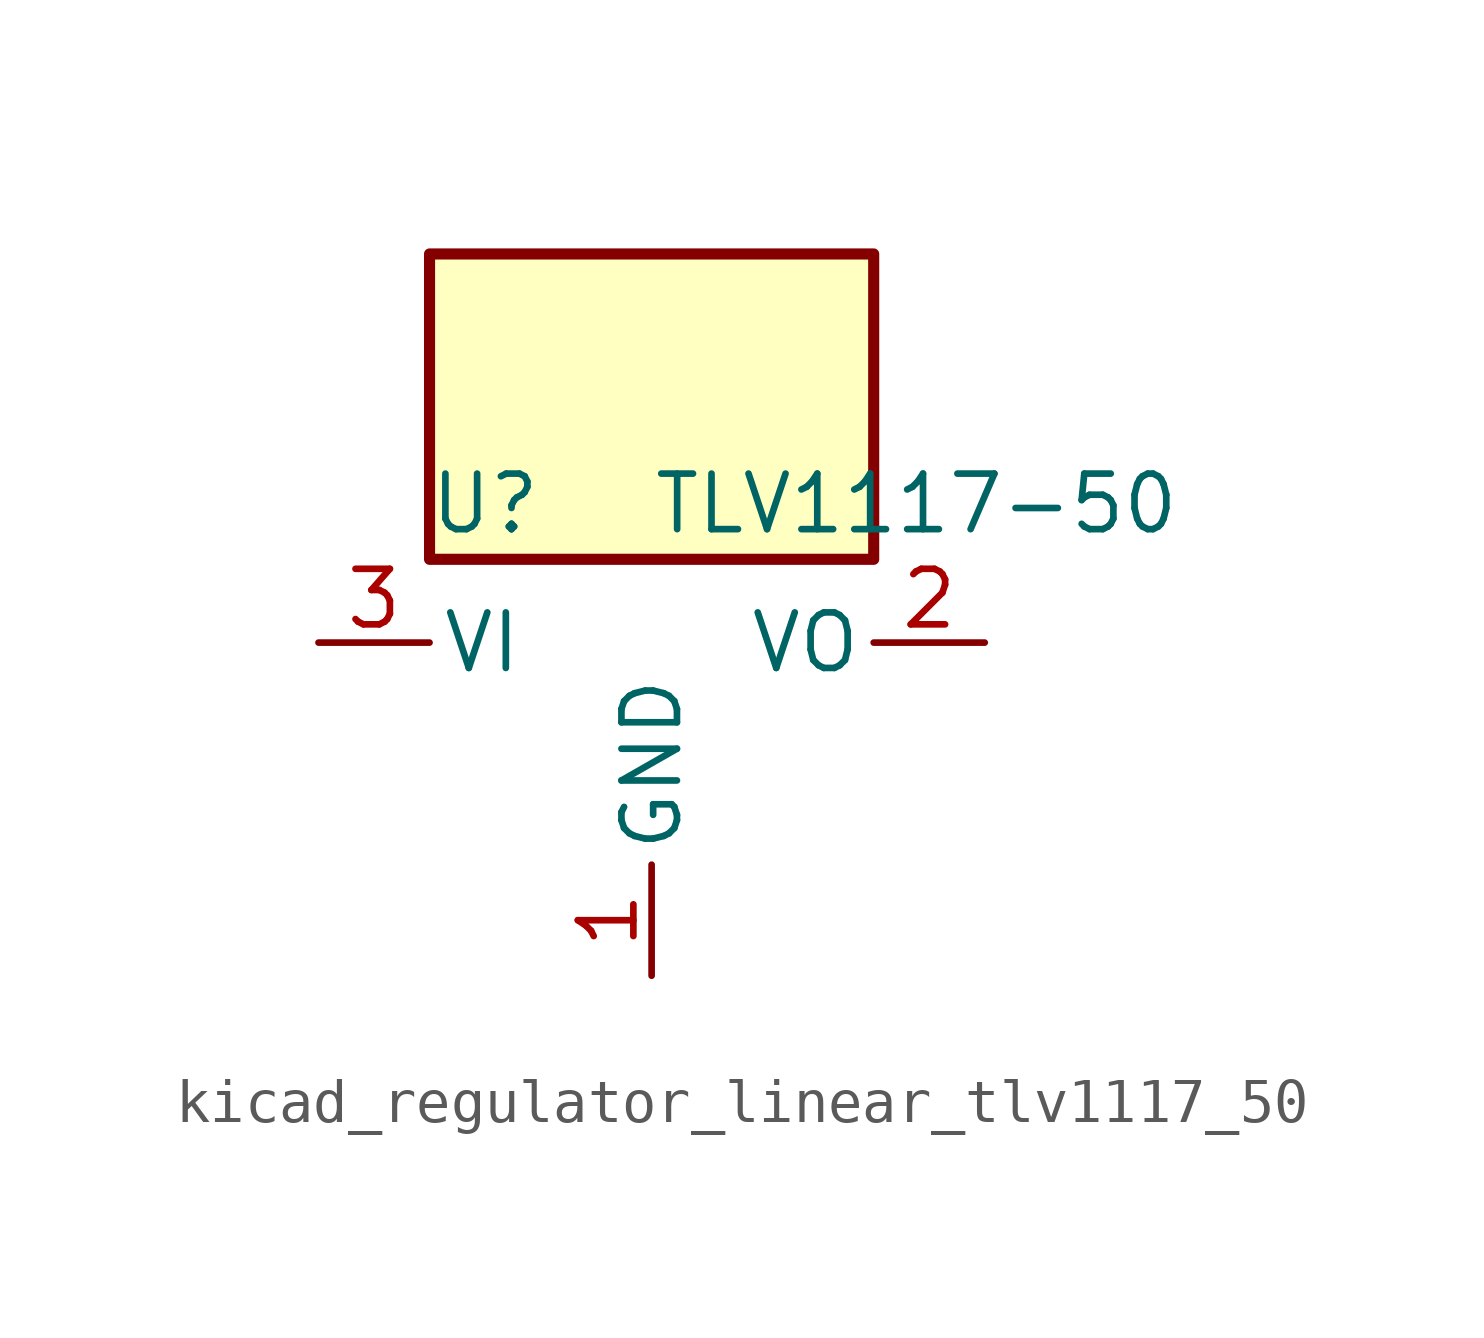
<source format=kicad_sym>
(kicad_symbol_lib
  (version 20220914)
  (generator kicad_symbol_editor)
  (symbol "kicad_regulator_linear_tlv1117_50"
    (pin_names
      (offset 0.254))
    (property "Reference" "U"
      (at -3.81 3.175 0)
      (effects (font (size 1.27 1.27))))
    (property "Value" "TLV1117-50"
      (at 0 3.175 0)
      (effects (font (size 1.27 1.27)) (justify left)))
    (symbol "kicad_regulator_linear_tlv1117_50_0_1"
      (rectangle (start 5.08 8.89) (end -5.08 1.905) (stroke (width 0.254) (type default)) (fill (type background))))
    (symbol "kicad_regulator_linear_tlv1117_50_1_1"
      (pin power_in line (at 0 -7.62 90) (length 2.54) (name "GND" (effects (font (size 1.27 1.27)))) (number "1" (effects (font (size 1.27 1.27)))))
      (pin power_out line (at 7.62 0 180) (length 2.54) (name "VO" (effects (font (size 1.27 1.27)))) (number "2" (effects (font (size 1.27 1.27)))))
      (pin power_in line (at -7.62 0 0) (length 2.54) (name "VI" (effects (font (size 1.27 1.27)))) (number "3" (effects (font (size 1.27 1.27))))))))
</source>
